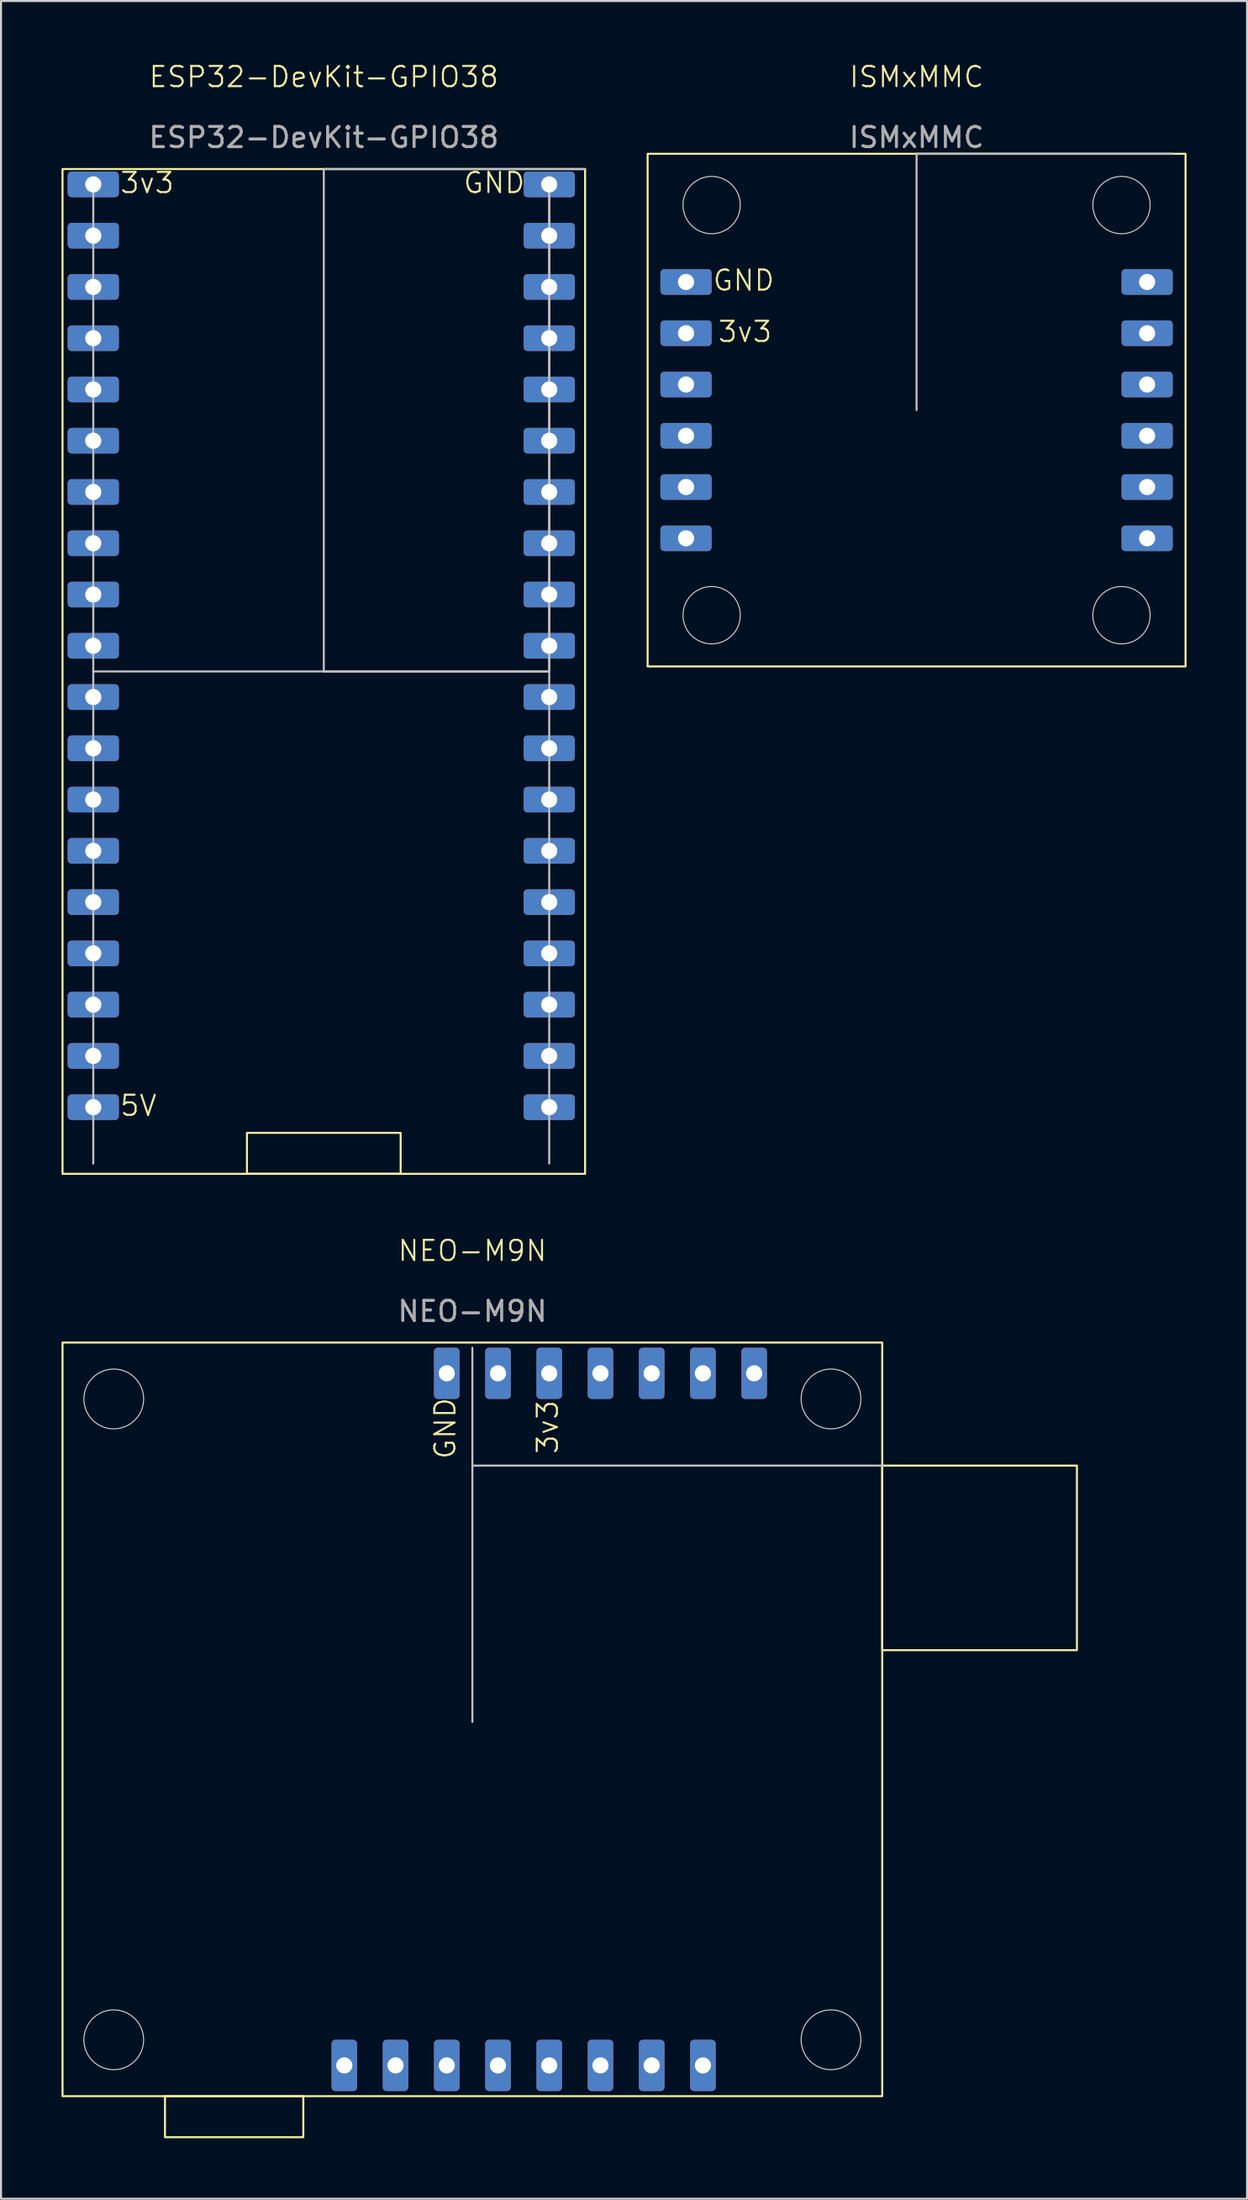
<source format=kicad_pcb>
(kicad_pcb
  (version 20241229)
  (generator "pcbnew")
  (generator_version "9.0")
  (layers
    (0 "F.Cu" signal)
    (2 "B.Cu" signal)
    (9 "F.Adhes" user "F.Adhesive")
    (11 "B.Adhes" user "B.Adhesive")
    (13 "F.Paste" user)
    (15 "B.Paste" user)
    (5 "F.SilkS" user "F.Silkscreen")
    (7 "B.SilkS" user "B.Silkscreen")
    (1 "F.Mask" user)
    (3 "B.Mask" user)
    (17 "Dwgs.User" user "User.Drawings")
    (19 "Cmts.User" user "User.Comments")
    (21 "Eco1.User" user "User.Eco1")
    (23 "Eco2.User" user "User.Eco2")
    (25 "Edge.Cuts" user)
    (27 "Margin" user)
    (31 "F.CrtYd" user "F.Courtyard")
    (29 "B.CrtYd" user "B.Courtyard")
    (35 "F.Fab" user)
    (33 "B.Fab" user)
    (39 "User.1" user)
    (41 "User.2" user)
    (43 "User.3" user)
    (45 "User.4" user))
  (footprint "NEO-M9N"
    (layer "F.Cu")
    (at 20.37 82.263)
    (property "Reference" "NEO-M9N" (at 0 -23.344 0) (unlocked yes) (layer "F.SilkS") (effects (font (size 1 1) (thickness 0.1))))
    (attr through_hole)
    (fp_rect (start -20.32 -18.796) (end 20.32 18.542) (stroke (width 0.1) (type solid)) (fill no) (layer "F.SilkS"))
    (fp_rect (start -15.24 18.542) (end -8.382 20.574) (stroke (width 0.1) (type default)) (fill no) (layer "F.SilkS"))
    (fp_rect (start 20.32 -12.7) (end 29.972 -3.556) (stroke (width 0.1) (type default)) (fill no) (layer "F.SilkS"))
    (fp_line (start 0 -12.7) (end 20.32 -12.7) (stroke (width 0.1) (type default)) (layer "Dwgs.User"))
    (fp_line (start 0 0) (end 0 -18.542) (stroke (width 0.1) (type solid)) (layer "Dwgs.User"))
    (fp_circle (center -17.78 -16.002) (end -19.05 -15.24) (stroke (width 0.05) (type default)) (fill no) (layer "Edge.Cuts"))
    (fp_circle (center -17.78 15.748) (end -19.05 16.51) (stroke (width 0.05) (type default)) (fill no) (layer "Edge.Cuts"))
    (fp_circle (center 17.78 -16.002) (end 18.542 -17.272) (stroke (width 0.05) (type default)) (fill no) (layer "Edge.Cuts"))
    (fp_circle (center 17.78 15.748) (end 19.05 16.51) (stroke (width 0.05) (type default)) (fill no) (layer "Edge.Cuts"))
    (fp_text user "3v3" (at 4.318 -13.208 90) (unlocked yes) (layer "F.SilkS") (effects (font (size 1 1) (thickness 0.1)) (justify left bottom)))
    (fp_text user "GND" (at -0.762 -12.954 90) (unlocked yes) (layer "F.SilkS") (effects (font (size 1 1) (thickness 0.1)) (justify left bottom)))
    (fp_text user "${REFERENCE}" (at 0 -20.344 0) (unlocked yes) (layer "F.Fab") (effects (font (size 1 1) (thickness 0.15))))
    (pad "1" thru_hole roundrect (at -6.35 17.018 270) (size 2.54 1.27) (drill 0.8) (layers "*.Cu" "*.Mask") (roundrect_rratio 0.15))
    (pad "2" thru_hole roundrect (at -3.81 17.018 270) (size 2.54 1.27) (drill 0.8) (layers "*.Cu" "*.Mask") (roundrect_rratio 0.15))
    (pad "3" thru_hole roundrect (at -1.27 17.018 270) (size 2.54 1.27) (drill 0.8) (layers "*.Cu" "*.Mask") (roundrect_rratio 0.15))
    (pad "4" thru_hole roundrect (at 1.27 17.018 270) (size 2.54 1.27) (drill 0.8) (layers "*.Cu" "*.Mask") (roundrect_rratio 0.15))
    (pad "5" thru_hole roundrect (at 3.81 17.018 270) (size 2.54 1.27) (drill 0.8) (layers "*.Cu" "*.Mask") (roundrect_rratio 0.15))
    (pad "6" thru_hole roundrect (at 6.35 17.018 270) (size 2.54 1.27) (drill 0.8) (layers "*.Cu" "*.Mask") (roundrect_rratio 0.15))
    (pad "7" thru_hole roundrect (at 8.89 17.018 270) (size 2.54 1.27) (drill 0.8) (layers "*.Cu" "*.Mask") (roundrect_rratio 0.15))
    (pad "8" thru_hole roundrect (at 11.43 17.018 270) (size 2.54 1.27) (drill 0.8) (layers "*.Cu" "*.Mask") (roundrect_rratio 0.15))
    (pad "9" thru_hole roundrect (at -1.27 -17.272 270) (size 2.54 1.27) (drill 0.8) (layers "*.Cu" "*.Mask") (roundrect_rratio 0.15))
    (pad "10" thru_hole roundrect (at 1.27 -17.272 270) (size 2.54 1.27) (drill 0.8) (layers "*.Cu" "*.Mask") (roundrect_rratio 0.15))
    (pad "11" thru_hole roundrect (at 3.81 -17.272 270) (size 2.54 1.27) (drill 0.8) (layers "*.Cu" "*.Mask") (roundrect_rratio 0.15))
    (pad "12" thru_hole roundrect (at 6.35 -17.272 270) (size 2.54 1.27) (drill 0.8) (layers "*.Cu" "*.Mask") (roundrect_rratio 0.15))
    (pad "13" thru_hole roundrect (at 8.89 -17.272 270) (size 2.54 1.27) (drill 0.8) (layers "*.Cu" "*.Mask") (roundrect_rratio 0.15))
    (pad "14" thru_hole roundrect (at 11.43 -17.272 270) (size 2.54 1.27) (drill 0.8) (layers "*.Cu" "*.Mask") (roundrect_rratio 0.15))
    (pad "15" thru_hole roundrect (at 13.97 -17.272 270) (size 2.54 1.27) (drill 0.8) (layers "*.Cu" "*.Mask") (roundrect_rratio 0.15)))
  (footprint "ISMxMMC"
    (layer "F.Cu")
    (at 42.393 17.27)
    (property "Reference" "ISMxMMC" (at 0 -16.51 0) (unlocked yes) (layer "F.SilkS") (effects (font (size 1 1) (thickness 0.1))))
    (attr through_hole)
    (fp_rect (start -13.335 -12.7) (end 13.335 12.7) (stroke (width 0.1) (type default)) (fill no) (layer "F.SilkS"))
    (fp_line (start 0 -12.7) (end 12.7 -12.7) (stroke (width 0.1) (type default)) (layer "Dwgs.User"))
    (fp_line (start 0 0) (end 0 -12.7) (stroke (width 0.1) (type default)) (layer "Dwgs.User"))
    (fp_circle (center -10.16 -10.16) (end -11.43 -9.525) (stroke (width 0.05) (type default)) (fill no) (layer "Edge.Cuts"))
    (fp_circle (center -10.16 10.16) (end -11.43 10.795) (stroke (width 0.05) (type default)) (fill no) (layer "Edge.Cuts"))
    (fp_circle (center 10.16 -10.16) (end 11.43 -9.525) (stroke (width 0.05) (type default)) (fill no) (layer "Edge.Cuts"))
    (fp_circle (center 10.16 10.16) (end 8.89 10.795) (stroke (width 0.05) (type default)) (fill no) (layer "Edge.Cuts"))
    (fp_text user "3v3" (at -9.906 -3.302 0) (unlocked yes) (layer "F.SilkS") (effects (font (size 1 1) (thickness 0.1)) (justify left bottom)))
    (fp_text user "GND" (at -10.16 -5.842 0) (unlocked yes) (layer "F.SilkS") (effects (font (size 1 1) (thickness 0.1)) (justify left bottom)))
    (fp_text user "${REFERENCE}" (at 0 -13.51 0) (unlocked yes) (layer "F.Fab") (effects (font (size 1 1) (thickness 0.15))))
    (pad "1" thru_hole roundrect (at -11.43 -6.35) (size 2.54 1.27) (drill 0.8) (layers "*.Cu" "*.Mask") (roundrect_rratio 0.15))
    (pad "2" thru_hole roundrect (at -11.43 -3.81) (size 2.54 1.27) (drill 0.8) (layers "*.Cu" "*.Mask") (roundrect_rratio 0.15))
    (pad "3" thru_hole roundrect (at -11.43 -1.27) (size 2.54 1.27) (drill 0.8) (layers "*.Cu" "*.Mask") (roundrect_rratio 0.15))
    (pad "4" thru_hole roundrect (at -11.43 1.27) (size 2.54 1.27) (drill 0.8) (layers "*.Cu" "*.Mask") (roundrect_rratio 0.15))
    (pad "5" thru_hole roundrect (at -11.43 3.81) (size 2.54 1.27) (drill 0.8) (layers "*.Cu" "*.Mask") (roundrect_rratio 0.15))
    (pad "6" thru_hole roundrect (at -11.43 6.35) (size 2.54 1.27) (drill 0.8) (layers "*.Cu" "*.Mask") (roundrect_rratio 0.15))
    (pad "7" thru_hole roundrect (at 11.43 -6.35) (size 2.54 1.27) (drill 0.8) (layers "*.Cu" "*.Mask") (roundrect_rratio 0.15))
    (pad "8" thru_hole roundrect (at 11.43 -3.81) (size 2.54 1.27) (drill 0.8) (layers "*.Cu" "*.Mask") (roundrect_rratio 0.15))
    (pad "9" thru_hole roundrect (at 11.43 -1.27) (size 2.54 1.27) (drill 0.8) (layers "*.Cu" "*.Mask") (roundrect_rratio 0.15))
    (pad "10" thru_hole roundrect (at 11.43 1.27) (size 2.54 1.27) (drill 0.8) (layers "*.Cu" "*.Mask") (roundrect_rratio 0.15))
    (pad "11" thru_hole roundrect (at 11.43 3.81) (size 2.54 1.27) (drill 0.8) (layers "*.Cu" "*.Mask") (roundrect_rratio 0.15))
    (pad "12" thru_hole roundrect (at 11.43 6.35) (size 2.54 1.27) (drill 0.8) (layers "*.Cu" "*.Mask") (roundrect_rratio 0.15)))
  (footprint "ESP32-DevKit-GPIO38"
    (layer "F.Cu")
    (at 13.004 30.216)
    (property "Reference" "ESP32-DevKit-GPIO38" (at 0 -29.456 0) (unlocked yes) (layer "F.SilkS") (effects (font (size 1 1) (thickness 0.1))))
    (attr through_hole)
    (fp_rect (start -12.954 -24.892) (end 12.954 24.892) (stroke (width 0.1) (type default)) (fill no) (layer "F.SilkS"))
    (fp_rect (start -3.81 22.86) (end 3.81 24.892) (stroke (width 0.1) (type default)) (fill no) (layer "F.SilkS"))
    (fp_line (start -11.43 0) (end -11.43 -24.384) (stroke (width 0.1) (type default)) (layer "Dwgs.User"))
    (fp_line (start -11.43 0) (end -11.43 24.384) (stroke (width 0.1) (type default)) (layer "Dwgs.User"))
    (fp_line (start 0 -24.892) (end 12.954 -24.892) (stroke (width 0.1) (type default)) (layer "Dwgs.User"))
    (fp_line (start 0 0) (end -11.43 0) (stroke (width 0.1) (type default)) (layer "Dwgs.User"))
    (fp_line (start 0 0) (end 0 -24.892) (stroke (width 0.1) (type default)) (layer "Dwgs.User"))
    (fp_line (start 0 0) (end 11.176 0) (stroke (width 0.1) (type default)) (layer "Dwgs.User"))
    (fp_line (start 11.176 -24.384) (end 11.176 24.384) (stroke (width 0.1) (type default)) (layer "Dwgs.User"))
    (fp_line (start 11.176 0) (end 0 0) (stroke (width 0.1) (type default)) (layer "Dwgs.User"))
    (fp_line (start 11.176 0) (end 11.176 -24.13) (stroke (width 0.1) (type default)) (layer "Dwgs.User"))
    (fp_text user "5V" (at -10.16 22.098 0) (unlocked yes) (layer "F.SilkS") (effects (font (size 1 1) (thickness 0.1)) (justify left bottom)))
    (fp_text user "GND" (at 6.858 -23.622 0) (unlocked yes) (layer "F.SilkS") (effects (font (size 1 1) (thickness 0.1)) (justify left bottom)))
    (fp_text user "3v3" (at -10.16 -23.622 0) (unlocked yes) (layer "F.SilkS") (effects (font (size 1 1) (thickness 0.1)) (justify left bottom)))
    (fp_text user "${REFERENCE}" (at 0 -26.456 0) (unlocked yes) (layer "F.Fab") (effects (font (size 1 1) (thickness 0.15))))
    (pad "1" thru_hole roundrect (at -11.43 -24.13) (size 2.54 1.27) (drill 0.8) (layers "*.Cu" "*.Mask") (roundrect_rratio 0.15))
    (pad "2" thru_hole roundrect (at -11.43 -21.59) (size 2.54 1.27) (drill 0.8) (layers "*.Cu" "*.Mask") (roundrect_rratio 0.15))
    (pad "3" thru_hole roundrect (at -11.43 -19.05) (size 2.54 1.27) (drill 0.8) (layers "*.Cu" "*.Mask") (roundrect_rratio 0.15))
    (pad "4" thru_hole roundrect (at -11.43 -16.51) (size 2.54 1.27) (drill 0.8) (layers "*.Cu" "*.Mask") (roundrect_rratio 0.15))
    (pad "5" thru_hole roundrect (at -11.43 -13.97) (size 2.54 1.27) (drill 0.8) (layers "*.Cu" "*.Mask") (roundrect_rratio 0.15))
    (pad "6" thru_hole roundrect (at -11.43 -11.43) (size 2.54 1.27) (drill 0.8) (layers "*.Cu" "*.Mask") (roundrect_rratio 0.15))
    (pad "7" thru_hole roundrect (at -11.43 -8.89) (size 2.54 1.27) (drill 0.8) (layers "*.Cu" "*.Mask") (roundrect_rratio 0.15))
    (pad "8" thru_hole roundrect (at -11.43 -6.35) (size 2.54 1.27) (drill 0.8) (layers "*.Cu" "*.Mask") (roundrect_rratio 0.15))
    (pad "9" thru_hole roundrect (at -11.43 -3.81) (size 2.54 1.27) (drill 0.8) (layers "*.Cu" "*.Mask") (roundrect_rratio 0.15))
    (pad "10" thru_hole roundrect (at -11.43 -1.27) (size 2.54 1.27) (drill 0.8) (layers "*.Cu" "*.Mask") (roundrect_rratio 0.15))
    (pad "11" thru_hole roundrect (at -11.43 1.27) (size 2.54 1.27) (drill 0.8) (layers "*.Cu" "*.Mask") (roundrect_rratio 0.15))
    (pad "12" thru_hole roundrect (at -11.43 3.81) (size 2.54 1.27) (drill 0.8) (layers "*.Cu" "*.Mask") (roundrect_rratio 0.15))
    (pad "13" thru_hole roundrect (at -11.43 6.35) (size 2.54 1.27) (drill 0.8) (layers "*.Cu" "*.Mask") (roundrect_rratio 0.15))
    (pad "14" thru_hole roundrect (at -11.43 8.89) (size 2.54 1.27) (drill 0.8) (layers "*.Cu" "*.Mask") (roundrect_rratio 0.15))
    (pad "15" thru_hole roundrect (at -11.43 11.43) (size 2.54 1.27) (drill 0.8) (layers "*.Cu" "*.Mask") (roundrect_rratio 0.15))
    (pad "16" thru_hole roundrect (at -11.43 13.97) (size 2.54 1.27) (drill 0.8) (layers "*.Cu" "*.Mask") (roundrect_rratio 0.15))
    (pad "17" thru_hole roundrect (at -11.43 16.51) (size 2.54 1.27) (drill 0.8) (layers "*.Cu" "*.Mask") (roundrect_rratio 0.15))
    (pad "18" thru_hole roundrect (at -11.43 19.05) (size 2.54 1.27) (drill 0.8) (layers "*.Cu" "*.Mask") (roundrect_rratio 0.15))
    (pad "19" thru_hole roundrect (at -11.43 21.59) (size 2.54 1.27) (drill 0.8) (layers "*.Cu" "*.Mask") (roundrect_rratio 0.15))
    (pad "20" thru_hole roundrect (at 11.176 -24.13) (size 2.54 1.27) (drill 0.8) (layers "*.Cu" "*.Mask") (roundrect_rratio 0.15))
    (pad "21" thru_hole roundrect (at 11.176 -21.59) (size 2.54 1.27) (drill 0.8) (layers "*.Cu" "*.Mask") (roundrect_rratio 0.15))
    (pad "22" thru_hole roundrect (at 11.176 -19.05) (size 2.54 1.27) (drill 0.8) (layers "*.Cu" "*.Mask") (roundrect_rratio 0.15))
    (pad "23" thru_hole roundrect (at 11.176 -16.51) (size 2.54 1.27) (drill 0.8) (layers "*.Cu" "*.Mask") (roundrect_rratio 0.15))
    (pad "24" thru_hole roundrect (at 11.176 -13.97) (size 2.54 1.27) (drill 0.8) (layers "*.Cu" "*.Mask") (roundrect_rratio 0.15))
    (pad "25" thru_hole roundrect (at 11.176 -11.43) (size 2.54 1.27) (drill 0.8) (layers "*.Cu" "*.Mask") (roundrect_rratio 0.15))
    (pad "26" thru_hole roundrect (at 11.176 -8.89) (size 2.54 1.27) (drill 0.8) (layers "*.Cu" "*.Mask") (roundrect_rratio 0.15))
    (pad "27" thru_hole roundrect (at 11.176 -6.35) (size 2.54 1.27) (drill 0.8) (layers "*.Cu" "*.Mask") (roundrect_rratio 0.15))
    (pad "28" thru_hole roundrect (at 11.176 -3.81) (size 2.54 1.27) (drill 0.8) (layers "*.Cu" "*.Mask") (roundrect_rratio 0.15))
    (pad "29" thru_hole roundrect (at 11.176 -1.27) (size 2.54 1.27) (drill 0.8) (layers "*.Cu" "*.Mask") (roundrect_rratio 0.15))
    (pad "30" thru_hole roundrect (at 11.176 1.27) (size 2.54 1.27) (drill 0.8) (layers "*.Cu" "*.Mask") (roundrect_rratio 0.15))
    (pad "31" thru_hole roundrect (at 11.176 3.81) (size 2.54 1.27) (drill 0.8) (layers "*.Cu" "*.Mask") (roundrect_rratio 0.15))
    (pad "32" thru_hole roundrect (at 11.176 6.35) (size 2.54 1.27) (drill 0.8) (layers "*.Cu" "*.Mask") (roundrect_rratio 0.15))
    (pad "33" thru_hole roundrect (at 11.176 8.89) (size 2.54 1.27) (drill 0.8) (layers "*.Cu" "*.Mask") (roundrect_rratio 0.15))
    (pad "34" thru_hole roundrect (at 11.176 11.43) (size 2.54 1.27) (drill 0.8) (layers "*.Cu" "*.Mask") (roundrect_rratio 0.15))
    (pad "35" thru_hole roundrect (at 11.176 13.97) (size 2.54 1.27) (drill 0.8) (layers "*.Cu" "*.Mask") (roundrect_rratio 0.15))
    (pad "36" thru_hole roundrect (at 11.176 16.51) (size 2.54 1.27) (drill 0.8) (layers "*.Cu" "*.Mask") (roundrect_rratio 0.15))
    (pad "37" thru_hole roundrect (at 11.176 19.05) (size 2.54 1.27) (drill 0.8) (layers "*.Cu" "*.Mask") (roundrect_rratio 0.15))
    (pad "38" thru_hole roundrect (at 11.176 21.59) (size 2.54 1.27) (drill 0.8) (layers "*.Cu" "*.Mask") (roundrect_rratio 0.15)))
  (gr_rect
    (start -3 -3)
    (end 58.778 105.887)
    (stroke (width 0.1) (type default))
    (fill no)
    (layer "Edge.Cuts")))
</source>
